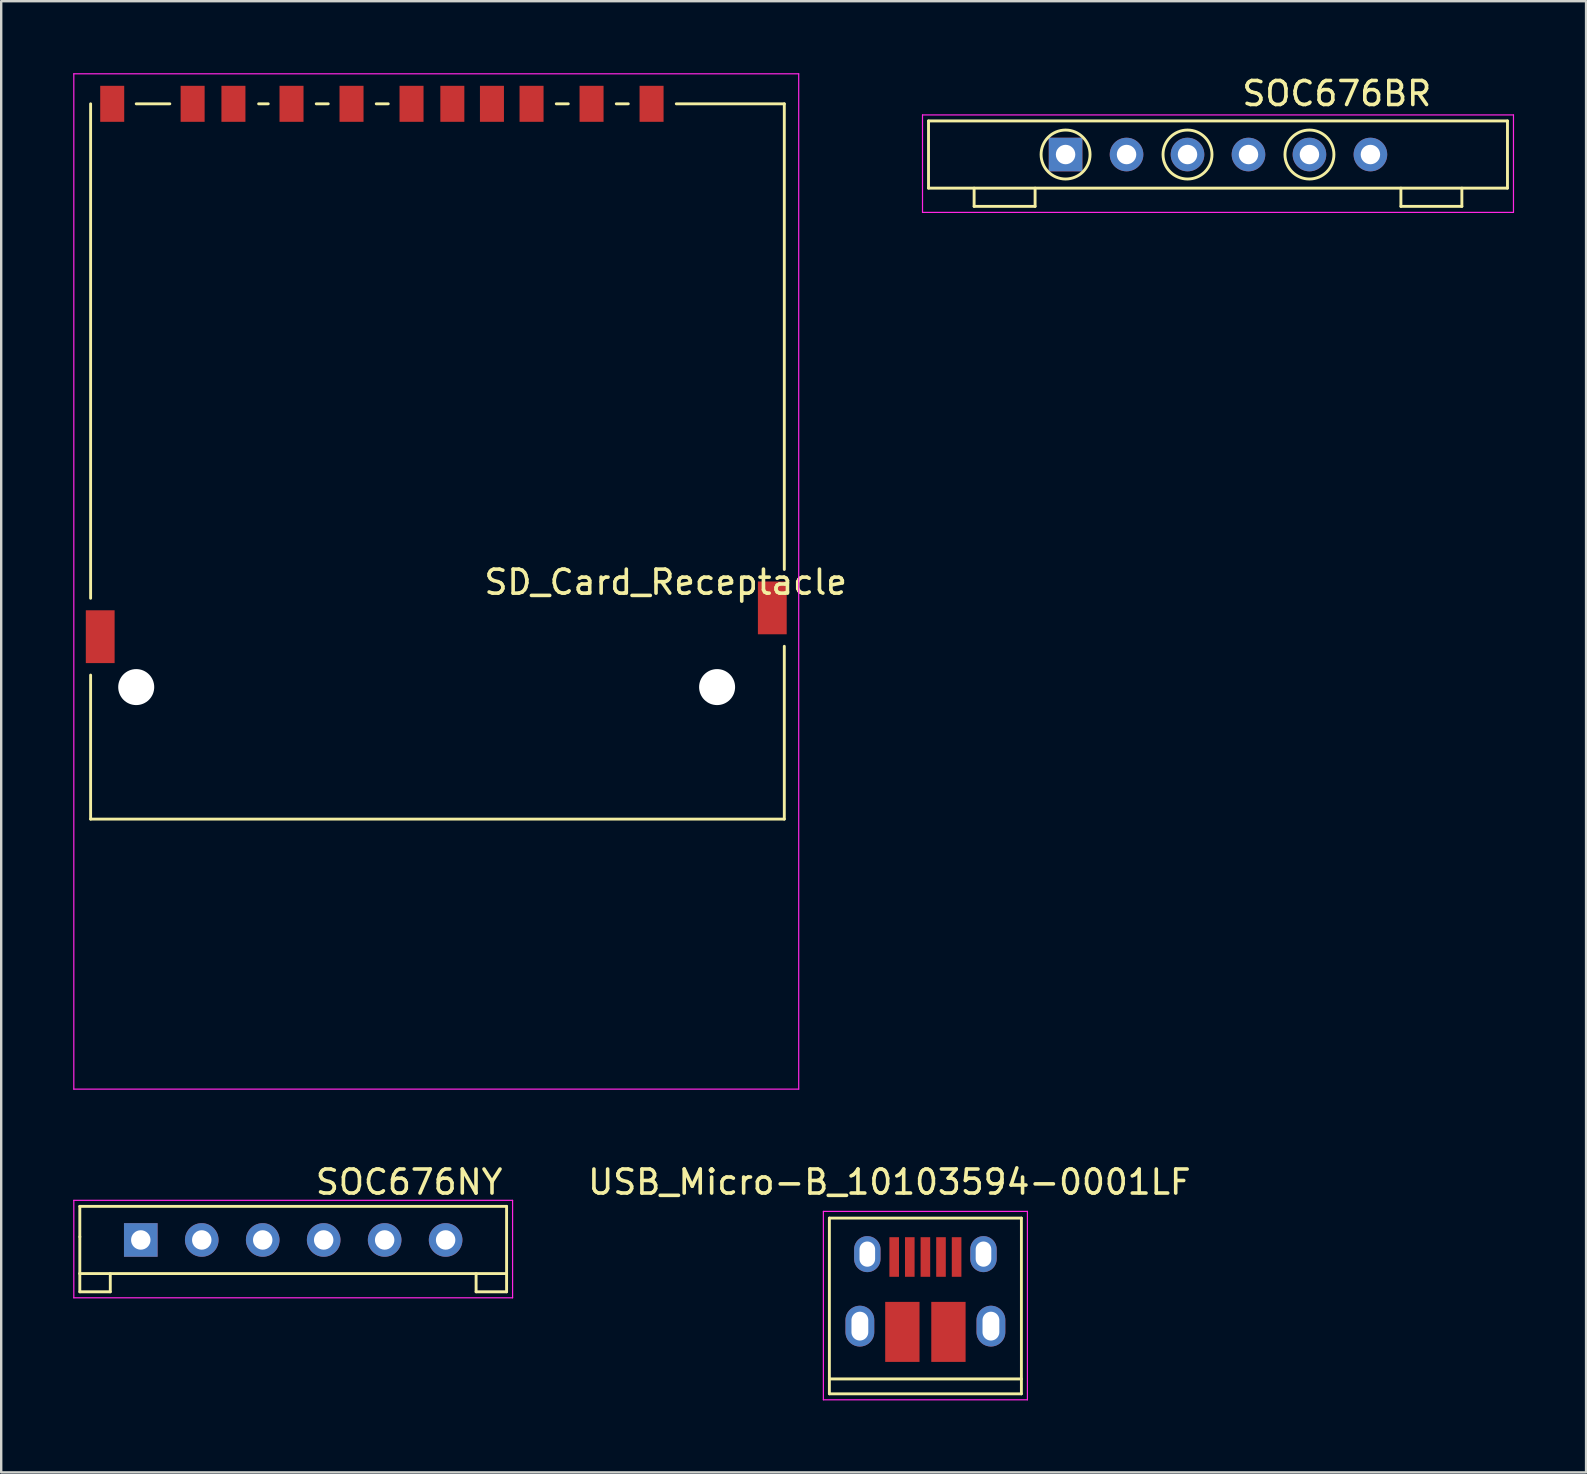
<source format=kicad_pcb>
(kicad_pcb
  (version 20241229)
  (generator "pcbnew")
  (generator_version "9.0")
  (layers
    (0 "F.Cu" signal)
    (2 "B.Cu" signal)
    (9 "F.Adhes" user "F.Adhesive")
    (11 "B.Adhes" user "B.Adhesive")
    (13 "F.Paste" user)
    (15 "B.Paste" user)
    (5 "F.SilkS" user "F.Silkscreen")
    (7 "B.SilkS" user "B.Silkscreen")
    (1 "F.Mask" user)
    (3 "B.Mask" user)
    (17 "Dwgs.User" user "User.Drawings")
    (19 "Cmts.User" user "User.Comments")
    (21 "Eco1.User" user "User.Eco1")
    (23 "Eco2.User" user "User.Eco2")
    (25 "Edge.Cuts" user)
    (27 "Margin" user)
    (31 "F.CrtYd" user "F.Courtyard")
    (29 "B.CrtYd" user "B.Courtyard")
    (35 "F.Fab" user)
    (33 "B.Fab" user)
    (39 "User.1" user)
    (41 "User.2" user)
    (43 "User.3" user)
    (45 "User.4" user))
  (footprint "SD_Card_Receptacle"
    (layer "F.Cu")
    (at 15.125 13.425)
    (property "Reference" "SD_Card_Receptacle" (at 9.56 7.78 0) (layer "F.SilkS") (effects (font (size 1 1) (thickness 0.15))))
    (attr smd)
    (fp_line (start -14.4 8.45) (end -14.4 -12.15) (stroke (width 0.12) (type solid)) (layer "F.SilkS"))
    (fp_line (start -14.4 17.65) (end -14.4 11.65) (stroke (width 0.12) (type solid)) (layer "F.SilkS"))
    (fp_line (start -12.5 -12.15) (end -11.1 -12.15) (stroke (width 0.12) (type solid)) (layer "F.SilkS"))
    (fp_line (start -7.4 -12.15) (end -7 -12.15) (stroke (width 0.12) (type solid)) (layer "F.SilkS"))
    (fp_line (start -5 -12.15) (end -4.5 -12.15) (stroke (width 0.12) (type solid)) (layer "F.SilkS"))
    (fp_line (start -2.5 -12.15) (end -2 -12.15) (stroke (width 0.12) (type solid)) (layer "F.SilkS"))
    (fp_line (start 5 -12.15) (end 5.5 -12.15) (stroke (width 0.12) (type solid)) (layer "F.SilkS"))
    (fp_line (start 7.5 -12.15) (end 8 -12.15) (stroke (width 0.12) (type solid)) (layer "F.SilkS"))
    (fp_line (start 14.5 -12.15) (end 10 -12.15) (stroke (width 0.12) (type solid)) (layer "F.SilkS"))
    (fp_line (start 14.5 7.25) (end 14.5 -12.15) (stroke (width 0.12) (type solid)) (layer "F.SilkS"))
    (fp_line (start 14.5 17.65) (end -14.4 17.65) (stroke (width 0.12) (type solid)) (layer "F.SilkS"))
    (fp_line (start 14.5 17.65) (end 14.5 10.45) (stroke (width 0.12) (type solid)) (layer "F.SilkS"))
    (fp_line (start -15.1 -13.4) (end -15.1 28.9) (stroke (width 0.05) (type solid)) (layer "F.CrtYd"))
    (fp_line (start -15.1 28.9) (end 15.1 28.9) (stroke (width 0.05) (type solid)) (layer "F.CrtYd"))
    (fp_line (start 15.1 -13.4) (end -15.1 -13.4) (stroke (width 0.05) (type solid)) (layer "F.CrtYd"))
    (fp_line (start 15.1 28.9) (end 15.1 -13.4) (stroke (width 0.05) (type solid)) (layer "F.CrtYd"))
    (pad "" np_thru_hole circle (at -12.5 12.15) (size 1.5 1.5) (drill 1.5) (layers "*.Cu" "*.Mask"))
    (pad "" np_thru_hole circle (at 11.7 12.15) (size 1.5 1.5) (drill 1.5) (layers "*.Cu" "*.Mask"))
    (pad "1" smd rect (at 6.47 -12.15) (size 1 1.5) (layers "F.Cu" "F.Mask" "F.Paste"))
    (pad "2" smd rect (at 3.97 -12.15) (size 1 1.5) (layers "F.Cu" "F.Mask" "F.Paste"))
    (pad "3" smd rect (at 0.67 -12.15) (size 1 1.5) (layers "F.Cu" "F.Mask" "F.Paste"))
    (pad "4" smd rect (at -1.03 -12.15) (size 1 1.5) (layers "F.Cu" "F.Mask" "F.Paste"))
    (pad "5" smd rect (at -3.53 -12.15) (size 1 1.5) (layers "F.Cu" "F.Mask" "F.Paste"))
    (pad "6" smd rect (at -6.03 -12.15) (size 1 1.5) (layers "F.Cu" "F.Mask" "F.Paste"))
    (pad "7" smd rect (at -8.45 -12.15) (size 1 1.5) (layers "F.Cu" "F.Mask" "F.Paste"))
    (pad "8" smd rect (at -10.15 -12.15) (size 1 1.5) (layers "F.Cu" "F.Mask" "F.Paste"))
    (pad "9" smd rect (at 8.97 -12.15) (size 1 1.5) (layers "F.Cu" "F.Mask" "F.Paste"))
    (pad "10" smd rect (at 2.32 -12.15) (size 1 1.5) (layers "F.Cu" "F.Mask" "F.Paste"))
    (pad "11" smd rect (at -13.5 -12.15) (size 1 1.5) (layers "F.Cu" "F.Mask" "F.Paste"))
    (pad "12" smd rect (at 14 8.85) (size 1.2 2.2) (layers "F.Cu" "F.Mask" "F.Paste"))
    (pad "13" smd rect (at -14 10.05) (size 1.2 2.2) (layers "F.Cu" "F.Mask" "F.Paste")))
  (footprint "SOC676BR"
    (layer "F.Cu")
    (at 41.343 3.388)
    (property "Reference" "SOC676BR" (at 11.3 -2.54 0) (layer "F.SilkS") (effects (font (size 1 1) (thickness 0.15))))
    (attr through_hole)
    (fp_line (start -5.71 -1.4) (end 18.41 -1.4) (stroke (width 0.12) (type solid)) (layer "F.SilkS"))
    (fp_line (start -5.71 1.4) (end -5.71 -1.4) (stroke (width 0.12) (type solid)) (layer "F.SilkS"))
    (fp_line (start -3.81 2.16) (end -3.81 1.4) (stroke (width 0.12) (type solid)) (layer "F.SilkS"))
    (fp_line (start -1.27 2.16) (end -3.81 2.16) (stroke (width 0.12) (type solid)) (layer "F.SilkS"))
    (fp_line (start -1.27 2.16) (end -1.27 1.4) (stroke (width 0.12) (type solid)) (layer "F.SilkS"))
    (fp_line (start 13.97 1.4) (end 13.97 2.16) (stroke (width 0.12) (type solid)) (layer "F.SilkS"))
    (fp_line (start 13.97 2.16) (end 16.51 2.16) (stroke (width 0.12) (type solid)) (layer "F.SilkS"))
    (fp_line (start 16.51 2.16) (end 16.51 1.4) (stroke (width 0.12) (type solid)) (layer "F.SilkS"))
    (fp_line (start 18.41 -1.4) (end 18.41 1.4) (stroke (width 0.12) (type solid)) (layer "F.SilkS"))
    (fp_line (start 18.41 1.4) (end -5.71 1.4) (stroke (width 0.12) (type solid)) (layer "F.SilkS"))
    (fp_circle (center 0 0) (end 0 -1.02) (stroke (width 0.12) (type solid)) (fill no) (layer "F.SilkS"))
    (fp_circle (center 5.08 0) (end 5.08 -1.02) (stroke (width 0.12) (type solid)) (fill no) (layer "F.SilkS"))
    (fp_circle (center 10.16 0) (end 10.16 -1.02) (stroke (width 0.12) (type solid)) (fill no) (layer "F.SilkS"))
    (fp_line (start -5.96 -1.65) (end -5.96 2.41) (stroke (width 0.05) (type solid)) (layer "F.CrtYd"))
    (fp_line (start -5.96 -1.65) (end 18.66 -1.65) (stroke (width 0.05) (type solid)) (layer "F.CrtYd"))
    (fp_line (start 18.66 2.41) (end -5.96 2.41) (stroke (width 0.05) (type solid)) (layer "F.CrtYd"))
    (fp_line (start 18.66 2.41) (end 18.66 -1.65) (stroke (width 0.05) (type solid)) (layer "F.CrtYd"))
    (pad "1" thru_hole rect (at 0 0) (size 1.4 1.4) (drill 0.81) (layers "*.Cu" "*.Mask"))
    (pad "2" thru_hole circle (at 2.54 0) (size 1.4 1.4) (drill 0.81) (layers "*.Cu" "*.Mask"))
    (pad "3" thru_hole circle (at 5.08 0) (size 1.4 1.4) (drill 0.81) (layers "*.Cu" "*.Mask"))
    (pad "4" thru_hole circle (at 7.62 0) (size 1.4 1.4) (drill 0.81) (layers "*.Cu" "*.Mask"))
    (pad "5" thru_hole circle (at 10.16 0) (size 1.4 1.4) (drill 0.81) (layers "*.Cu" "*.Mask"))
    (pad "6" thru_hole circle (at 12.7 0) (size 1.4 1.4) (drill 0.81) (layers "*.Cu" "*.Mask")))
  (footprint "USB_Micro-B_10103594-0001LF"
    (layer "F.Cu")
    (at 35.503 50.818)
    (property "Reference" "USB_Micro-B_10103594-0001LF" (at -1.5 -4.62 0) (layer "F.SilkS") (effects (font (size 1 1) (thickness 0.15))))
    (attr smd)
    (fp_line (start -4 -3.12) (end 4 -3.12) (stroke (width 0.12) (type solid)) (layer "F.SilkS"))
    (fp_line (start -4 4.2) (end -4 -3.12) (stroke (width 0.12) (type solid)) (layer "F.SilkS"))
    (fp_line (start -4 4.2) (end 4 4.2) (stroke (width 0.12) (type solid)) (layer "F.SilkS"))
    (fp_line (start 4 -3.12) (end 4 4.2) (stroke (width 0.12) (type solid)) (layer "F.SilkS"))
    (fp_line (start 4 3.58) (end -4 3.58) (stroke (width 0.12) (type solid)) (layer "F.SilkS"))
    (fp_line (start -4.25 -3.4) (end 4.25 -3.4) (stroke (width 0.05) (type solid)) (layer "F.CrtYd"))
    (fp_line (start -4.25 4.45) (end -4.25 -3.4) (stroke (width 0.05) (type solid)) (layer "F.CrtYd"))
    (fp_line (start 4.25 -3.4) (end 4.25 4.45) (stroke (width 0.05) (type solid)) (layer "F.CrtYd"))
    (fp_line (start 4.25 4.45) (end -4.25 4.45) (stroke (width 0.05) (type solid)) (layer "F.CrtYd"))
    (pad "1" smd rect (at -1.3 -1.5 90) (size 1.65 0.4) (layers "F.Cu" "F.Mask" "F.Paste"))
    (pad "2" smd rect (at -0.65 -1.5 90) (size 1.65 0.4) (layers "F.Cu" "F.Mask" "F.Paste"))
    (pad "3" smd rect (at 0 -1.5 90) (size 1.65 0.4) (layers "F.Cu" "F.Mask" "F.Paste"))
    (pad "4" smd rect (at 0.65 -1.5 90) (size 1.65 0.4) (layers "F.Cu" "F.Mask" "F.Paste"))
    (pad "5" smd rect (at 1.3 -1.5 90) (size 1.65 0.4) (layers "F.Cu" "F.Mask" "F.Paste"))
    (pad "6" thru_hole oval (at -2.73 1.38 90) (size 1.7 1.2) (drill oval 1.2 0.7) (layers "*.Cu" "*.Mask"))
    (pad "6" thru_hole oval (at -2.42 -1.62 90) (size 1.5 1.1) (drill oval 1.05 0.65) (layers "*.Cu" "*.Mask"))
    (pad "6" smd rect (at -0.96 1.62 90) (size 2.5 1.43) (layers "F.Cu" "F.Mask" "F.Paste"))
    (pad "6" smd rect (at 0.96 1.62 90) (size 2.5 1.43) (layers "F.Cu" "F.Mask" "F.Paste"))
    (pad "6" thru_hole oval (at 2.42 -1.62 90) (size 1.5 1.1) (drill oval 1.05 0.65) (layers "*.Cu" "*.Mask"))
    (pad "6" thru_hole oval (at 2.73 1.38 90) (size 1.7 1.2) (drill oval 1.2 0.7) (layers "*.Cu" "*.Mask")))
  (footprint "SOC676NY"
    (layer "F.Cu")
    (at 2.815 48.608)
    (property "Reference" "SOC676NY" (at 11.18 -2.41 0) (layer "F.SilkS") (effects (font (size 1 1) (thickness 0.15))))
    (attr through_hole)
    (fp_line (start -2.54 -1.4) (end -2.54 -0.13) (stroke (width 0.12) (type solid)) (layer "F.SilkS"))
    (fp_line (start -2.54 -0.13) (end -2.54 1.4) (stroke (width 0.12) (type solid)) (layer "F.SilkS"))
    (fp_line (start -2.54 1.4) (end -2.54 2.16) (stroke (width 0.12) (type solid)) (layer "F.SilkS"))
    (fp_line (start -2.54 1.4) (end 15.24 1.4) (stroke (width 0.12) (type solid)) (layer "F.SilkS"))
    (fp_line (start -2.54 2.16) (end -1.27 2.16) (stroke (width 0.12) (type solid)) (layer "F.SilkS"))
    (fp_line (start -1.27 2.16) (end -1.27 1.4) (stroke (width 0.12) (type solid)) (layer "F.SilkS"))
    (fp_line (start 13.97 1.4) (end 13.97 2.16) (stroke (width 0.12) (type solid)) (layer "F.SilkS"))
    (fp_line (start 13.97 2.16) (end 15.24 2.16) (stroke (width 0.12) (type solid)) (layer "F.SilkS"))
    (fp_line (start 15.24 -1.4) (end -2.54 -1.4) (stroke (width 0.12) (type solid)) (layer "F.SilkS"))
    (fp_line (start 15.24 1.4) (end 15.24 -1.4) (stroke (width 0.12) (type solid)) (layer "F.SilkS"))
    (fp_line (start 15.24 2.16) (end 15.24 1.4) (stroke (width 0.12) (type solid)) (layer "F.SilkS"))
    (fp_line (start -2.79 -1.65) (end -2.79 2.41) (stroke (width 0.05) (type solid)) (layer "F.CrtYd"))
    (fp_line (start -2.79 -1.65) (end 15.49 -1.65) (stroke (width 0.05) (type solid)) (layer "F.CrtYd"))
    (fp_line (start 15.49 2.41) (end -2.79 2.41) (stroke (width 0.05) (type solid)) (layer "F.CrtYd"))
    (fp_line (start 15.49 2.41) (end 15.49 -1.65) (stroke (width 0.05) (type solid)) (layer "F.CrtYd"))
    (pad "1" thru_hole rect (at 0 0) (size 1.4 1.4) (drill 0.81) (layers "*.Cu" "*.Mask"))
    (pad "2" thru_hole circle (at 2.54 0) (size 1.4 1.4) (drill 0.81) (layers "*.Cu" "*.Mask"))
    (pad "3" thru_hole circle (at 5.08 0) (size 1.4 1.4) (drill 0.81) (layers "*.Cu" "*.Mask"))
    (pad "4" thru_hole circle (at 7.62 0) (size 1.4 1.4) (drill 0.81) (layers "*.Cu" "*.Mask"))
    (pad "5" thru_hole circle (at 10.16 0) (size 1.4 1.4) (drill 0.81) (layers "*.Cu" "*.Mask"))
    (pad "6" thru_hole circle (at 12.7 0) (size 1.4 1.4) (drill 0.81) (layers "*.Cu" "*.Mask")))
  (gr_rect
    (start -3 -3)
    (end 63.028 58.293)
    (stroke (width 0.1) (type default))
    (fill no)
    (layer "Edge.Cuts")))
</source>
